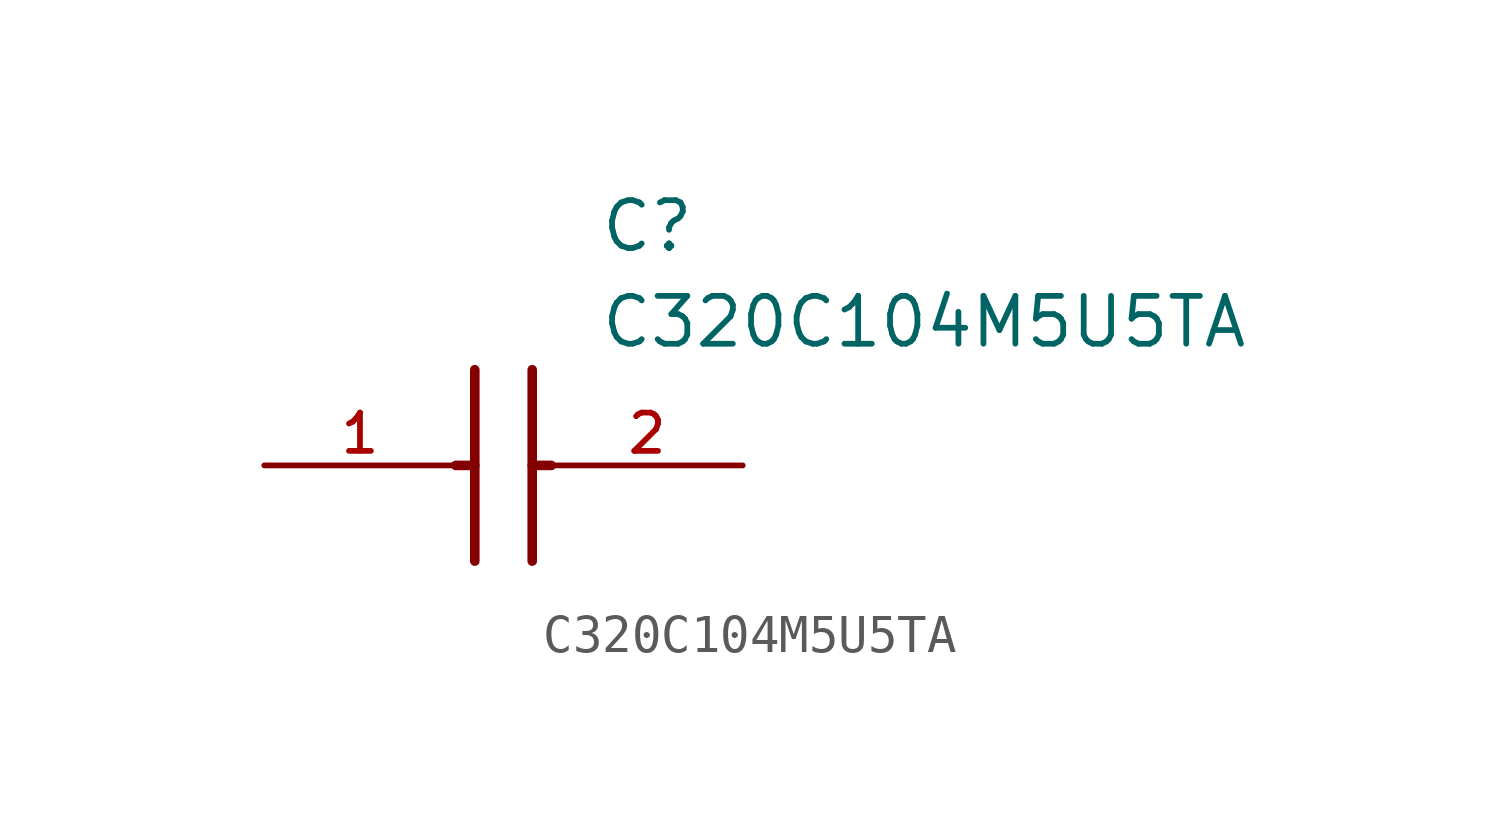
<source format=kicad_sym>
(kicad_symbol_lib
  (version 20211014)
  (generator kicad_symbol_editor)
  (symbol "C320C104M5U5TA"
    (pin_names
      (offset 1.016))
    (property "Reference" "C"
      (at 8.89 6.35 0)
      (effects (font (size 1.27 1.27)) (justify left)))
    (property "Value" "C320C104M5U5TA"
      (at 8.89 3.81 0)
      (effects (font (size 1.27 1.27)) (justify left)))
    (symbol "C320C104M5U5TA_0_0"
      (polyline (pts (xy 5.588 2.54) (xy 5.588 -2.54)) (stroke (width 0.254)))
      (polyline (pts (xy 7.112 2.54) (xy 7.112 -2.54)) (stroke (width 0.254)))
      (polyline (pts (xy 5.08 0.0) (xy 5.588 0.0)) (stroke (width 0.254)))
      (polyline (pts (xy 7.112 0.0) (xy 7.62 0.0)) (stroke (width 0.254)))
      (pin bidirectional line (at 0.0 0.0 0) (length 5.08) (name "~" (effects (font (size 1.016 1.016)))) (number "1" (effects (font (size 1.016 1.016)))))
      (pin bidirectional line (at 12.7 0.0 180.0) (length 5.08) (name "~" (effects (font (size 1.016 1.016)))) (number "2" (effects (font (size 1.016 1.016))))))))
</source>
